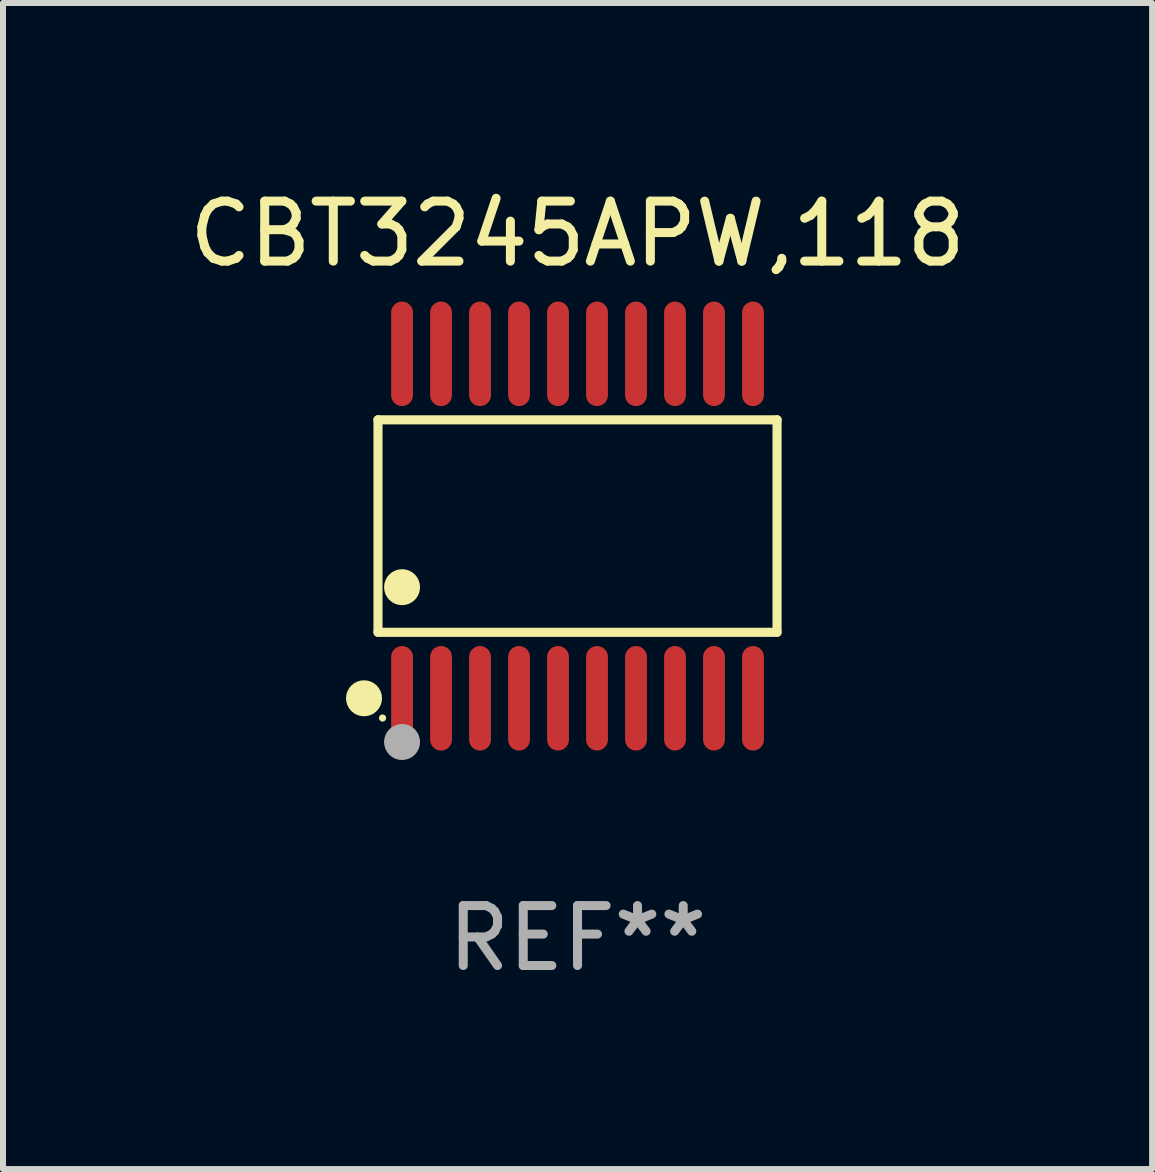
<source format=kicad_pcb>
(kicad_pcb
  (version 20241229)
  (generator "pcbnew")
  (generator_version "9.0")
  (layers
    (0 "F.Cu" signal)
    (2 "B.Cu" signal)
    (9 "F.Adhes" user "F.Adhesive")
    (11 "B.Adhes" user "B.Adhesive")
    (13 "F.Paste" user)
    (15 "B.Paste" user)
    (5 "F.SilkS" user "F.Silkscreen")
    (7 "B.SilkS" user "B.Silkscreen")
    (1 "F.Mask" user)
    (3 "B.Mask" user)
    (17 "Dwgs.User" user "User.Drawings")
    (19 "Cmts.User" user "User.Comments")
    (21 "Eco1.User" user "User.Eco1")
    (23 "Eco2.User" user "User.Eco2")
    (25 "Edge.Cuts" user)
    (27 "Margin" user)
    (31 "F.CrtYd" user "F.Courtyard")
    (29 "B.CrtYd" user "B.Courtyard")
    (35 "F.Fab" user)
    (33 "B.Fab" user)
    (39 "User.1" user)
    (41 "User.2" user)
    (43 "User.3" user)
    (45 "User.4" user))
  (footprint "CBT3245APW,118"
    (layer "F.Cu")
    (at 6.577 5.719)
    (property "Reference" "CBT3245APW,118" (at 0 -4.871 0) (layer "F.SilkS") (effects (font (size 1 1) (thickness 0.15))))
    (attr through_hole)
    (fp_line (start -3.326 -1.771) (end 3.326 -1.771) (stroke (width 0.152) (type solid)) (layer "F.SilkS"))
    (fp_line (start -3.326 1.771) (end -3.326 -1.771) (stroke (width 0.152) (type solid)) (layer "F.SilkS"))
    (fp_line (start 3.326 -1.771) (end 3.326 1.771) (stroke (width 0.152) (type solid)) (layer "F.SilkS"))
    (fp_line (start 3.326 1.771) (end -3.326 1.771) (stroke (width 0.152) (type solid)) (layer "F.SilkS"))
    (fp_circle (center -3.559 2.871) (end -3.409 2.871) (stroke (width 0.3) (type solid)) (fill no) (layer "F.SilkS"))
    (fp_circle (center -3.25 3.2) (end -3.22 3.2) (stroke (width 0.06) (type solid)) (fill no) (layer "F.SilkS"))
    (fp_circle (center -2.925 1.019) (end -2.775 1.019) (stroke (width 0.3) (type solid)) (fill no) (layer "F.SilkS"))
    (fp_circle (center -2.925 3.6) (end -2.775 3.6) (stroke (width 0.3) (type solid)) (fill no) (layer "F.Fab"))
    (fp_text user "REF**" (at 0 6.871 0) (layer "F.Fab") (effects (font (size 1 1) (thickness 0.15))))
    (pad "1" smd oval (at -2.925 2.871) (size 0.364 1.742) (layers "F.Cu" "F.Mask" "F.Paste"))
    (pad "2" smd oval (at -2.275 2.871) (size 0.364 1.742) (layers "F.Cu" "F.Mask" "F.Paste"))
    (pad "3" smd oval (at -1.625 2.871) (size 0.364 1.742) (layers "F.Cu" "F.Mask" "F.Paste"))
    (pad "4" smd oval (at -0.975 2.871) (size 0.364 1.742) (layers "F.Cu" "F.Mask" "F.Paste"))
    (pad "5" smd oval (at -0.325 2.871) (size 0.364 1.742) (layers "F.Cu" "F.Mask" "F.Paste"))
    (pad "6" smd oval (at 0.325 2.871) (size 0.364 1.742) (layers "F.Cu" "F.Mask" "F.Paste"))
    (pad "7" smd oval (at 0.975 2.871) (size 0.364 1.742) (layers "F.Cu" "F.Mask" "F.Paste"))
    (pad "8" smd oval (at 1.625 2.871) (size 0.364 1.742) (layers "F.Cu" "F.Mask" "F.Paste"))
    (pad "9" smd oval (at 2.275 2.871) (size 0.364 1.742) (layers "F.Cu" "F.Mask" "F.Paste"))
    (pad "10" smd oval (at 2.925 2.871) (size 0.364 1.742) (layers "F.Cu" "F.Mask" "F.Paste"))
    (pad "11" smd oval (at 2.925 -2.871) (size 0.364 1.742) (layers "F.Cu" "F.Mask" "F.Paste"))
    (pad "12" smd oval (at 2.275 -2.871) (size 0.364 1.742) (layers "F.Cu" "F.Mask" "F.Paste"))
    (pad "13" smd oval (at 1.625 -2.871) (size 0.364 1.742) (layers "F.Cu" "F.Mask" "F.Paste"))
    (pad "14" smd oval (at 0.975 -2.871) (size 0.364 1.742) (layers "F.Cu" "F.Mask" "F.Paste"))
    (pad "15" smd oval (at 0.325 -2.871) (size 0.364 1.742) (layers "F.Cu" "F.Mask" "F.Paste"))
    (pad "16" smd oval (at -0.325 -2.871) (size 0.364 1.742) (layers "F.Cu" "F.Mask" "F.Paste"))
    (pad "17" smd oval (at -0.975 -2.871) (size 0.364 1.742) (layers "F.Cu" "F.Mask" "F.Paste"))
    (pad "18" smd oval (at -1.625 -2.871) (size 0.364 1.742) (layers "F.Cu" "F.Mask" "F.Paste"))
    (pad "19" smd oval (at -2.275 -2.871) (size 0.364 1.742) (layers "F.Cu" "F.Mask" "F.Paste"))
    (pad "20" smd oval (at -2.925 -2.871) (size 0.364 1.742) (layers "F.Cu" "F.Mask" "F.Paste")))
  (gr_rect
    (start -3 -3)
    (end 16.155 16.438)
    (stroke (width 0.1) (type default))
    (fill no)
    (layer "Edge.Cuts")))
</source>
